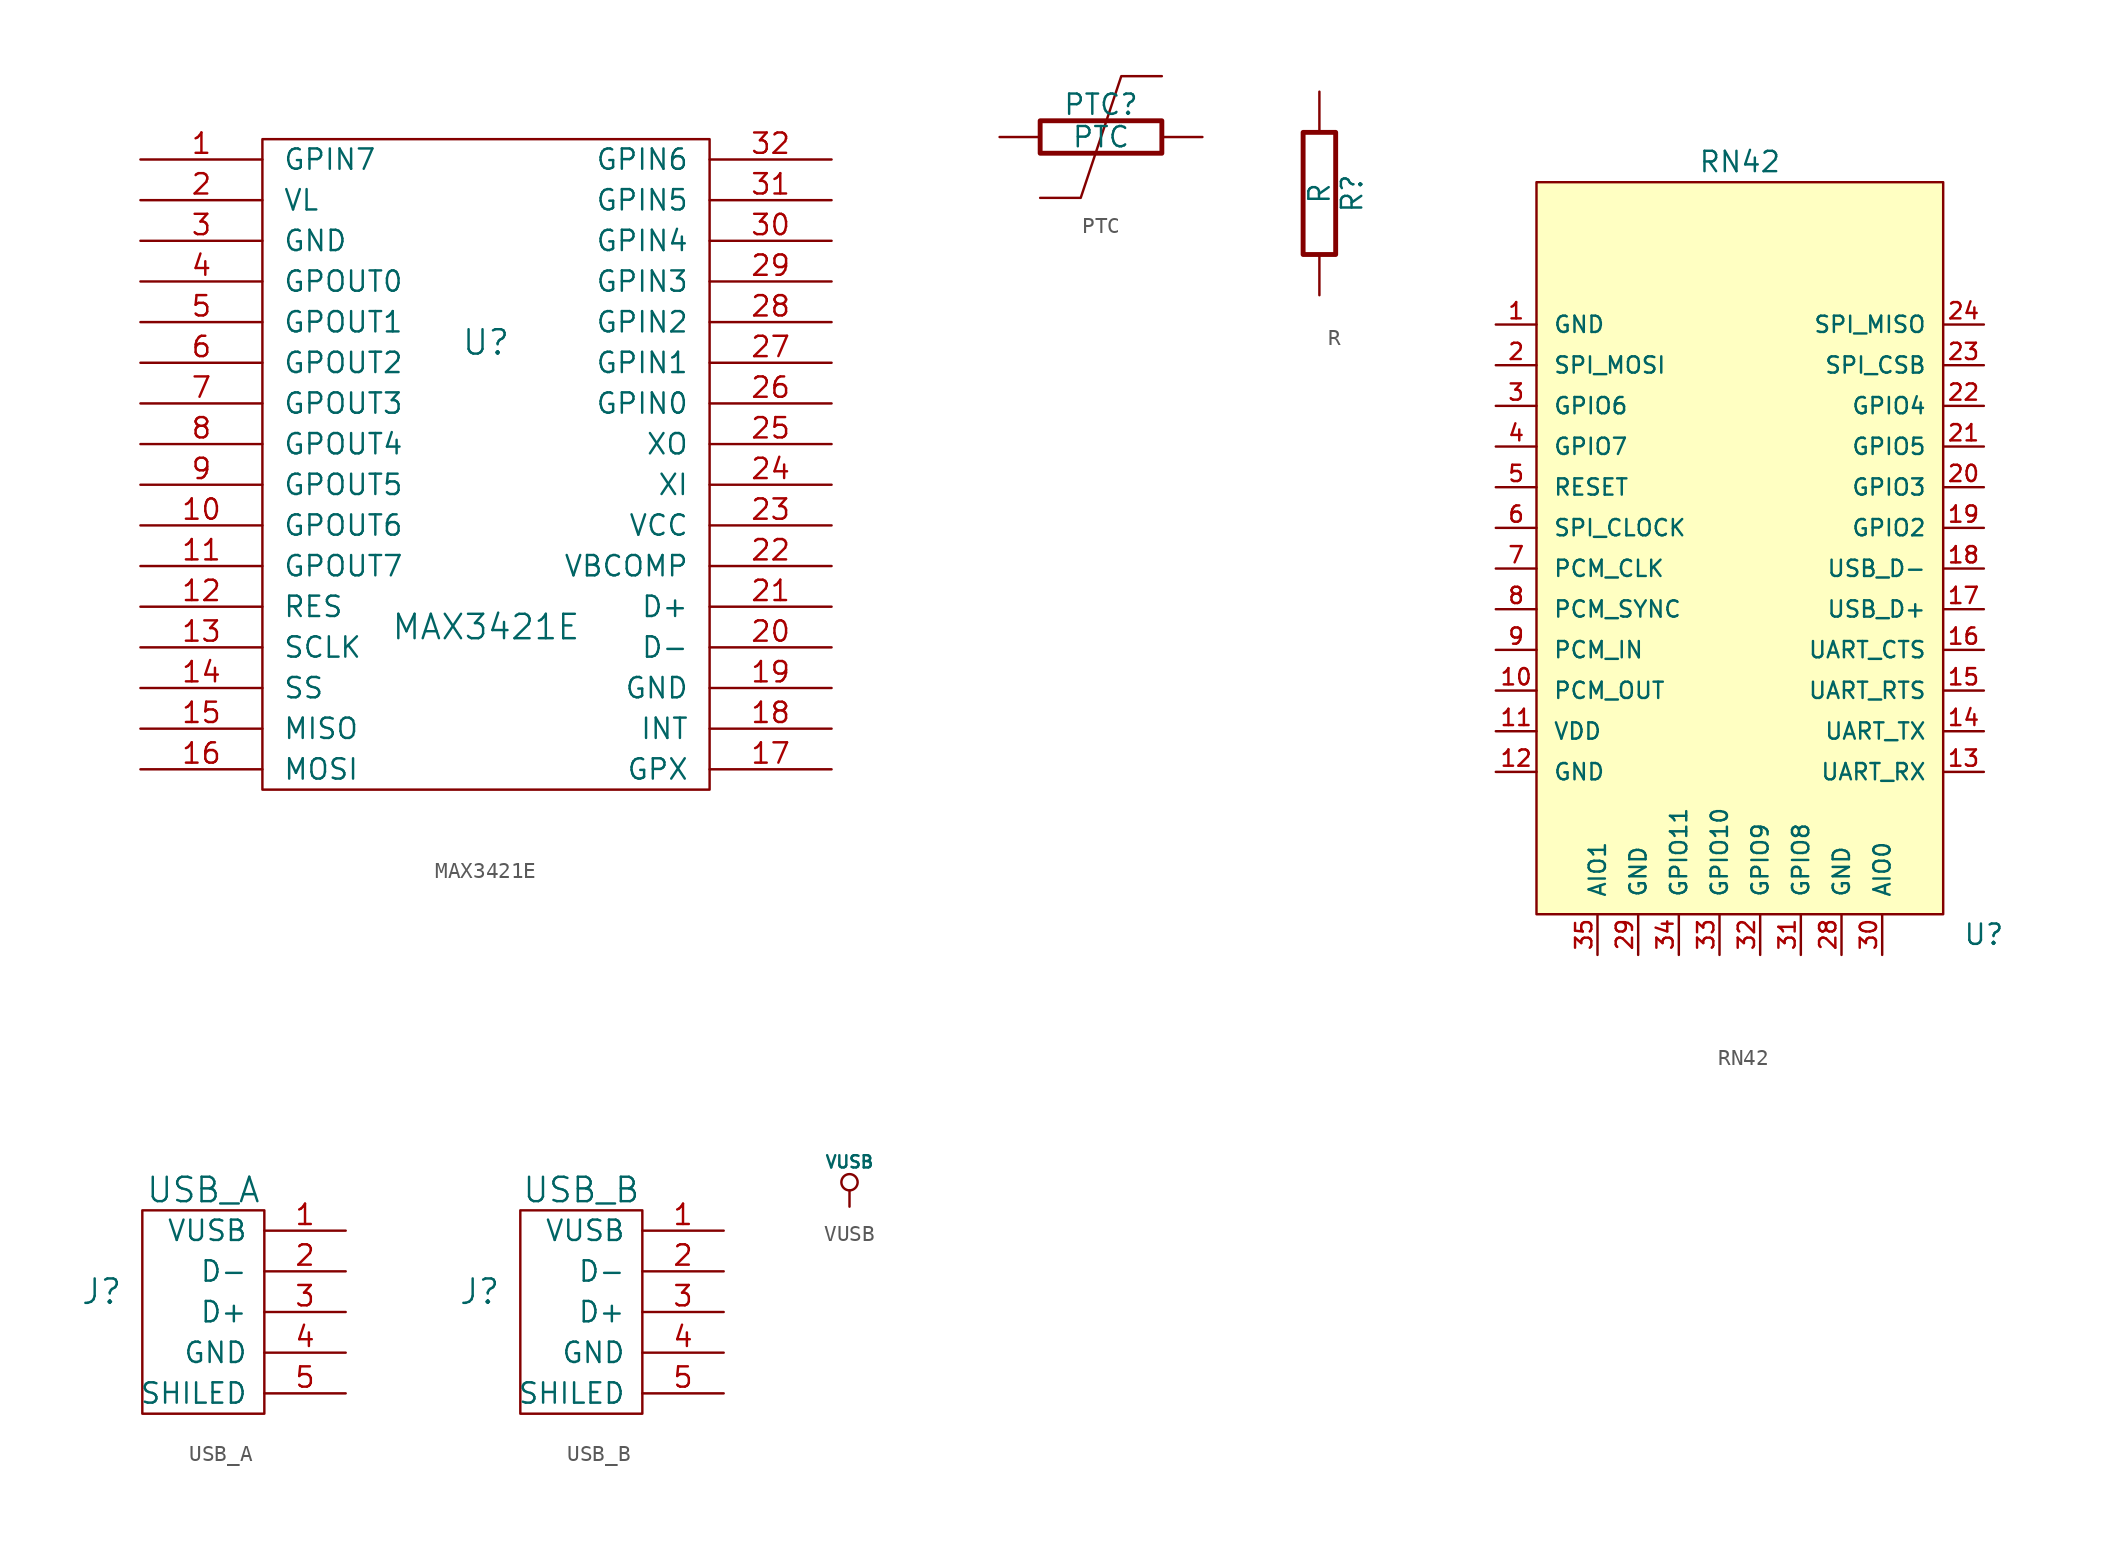
<source format=kicad_sym>
(kicad_symbol_lib
  (version 20220914)
  (generator kicad_symbol_editor)
  (symbol "MAX3421E"
    (pin_names
      (offset 1.27))
    (property "Reference" "U"
      (at 0 7.62 0)
      (effects (font (size 1.524 1.524))))
    (property "Value" "MAX3421E"
      (at 0 -10.16 0)
      (effects (font (size 1.524 1.524))))
    (property "Footprint" ""
      (at 0 -10.16 0)
      (effects (font (size 1.524 1.524))))
    (property "Datasheet" ""
      (at 0 -10.16 0)
      (effects (font (size 1.524 1.524))))
    (symbol "MAX3421E_0_1"
      (rectangle (start -13.97 20.32) (end 13.97 -20.32) (stroke (width 0) (type solid)) (fill (type none))))
    (symbol "MAX3421E_1_1"
      (pin bidirectional line (at -21.59 19.05 0) (length 7.62) (name "GPIN7" (effects (font (size 1.27 1.27)))) (number "1" (effects (font (size 1.27 1.27)))))
      (pin output line (at -21.59 -3.81 0) (length 7.62) (name "GPOUT6" (effects (font (size 1.27 1.27)))) (number "10" (effects (font (size 1.27 1.27)))))
      (pin output line (at -21.59 -6.35 0) (length 7.62) (name "GPOUT7" (effects (font (size 1.27 1.27)))) (number "11" (effects (font (size 1.27 1.27)))))
      (pin input line (at -21.59 -8.89 0) (length 7.62) (name "RES" (effects (font (size 1.27 1.27)))) (number "12" (effects (font (size 1.27 1.27)))))
      (pin input line (at -21.59 -11.43 0) (length 7.62) (name "SCLK" (effects (font (size 1.27 1.27)))) (number "13" (effects (font (size 1.27 1.27)))))
      (pin input line (at -21.59 -13.97 0) (length 7.62) (name "SS" (effects (font (size 1.27 1.27)))) (number "14" (effects (font (size 1.27 1.27)))))
      (pin output line (at -21.59 -16.51 0) (length 7.62) (name "MISO" (effects (font (size 1.27 1.27)))) (number "15" (effects (font (size 1.27 1.27)))))
      (pin input line (at -21.59 -19.05 0) (length 7.62) (name "MOSI" (effects (font (size 1.27 1.27)))) (number "16" (effects (font (size 1.27 1.27)))))
      (pin output line (at 21.59 -19.05 180) (length 7.62) (name "GPX" (effects (font (size 1.27 1.27)))) (number "17" (effects (font (size 1.27 1.27)))))
      (pin output line (at 21.59 -16.51 180) (length 7.62) (name "INT" (effects (font (size 1.27 1.27)))) (number "18" (effects (font (size 1.27 1.27)))))
      (pin input line (at 21.59 -13.97 180) (length 7.62) (name "GND" (effects (font (size 1.27 1.27)))) (number "19" (effects (font (size 1.27 1.27)))))
      (pin power_in line (at -21.59 16.51 0) (length 7.62) (name "VL" (effects (font (size 1.27 1.27)))) (number "2" (effects (font (size 1.27 1.27)))))
      (pin bidirectional line (at 21.59 -11.43 180) (length 7.62) (name "D-" (effects (font (size 1.27 1.27)))) (number "20" (effects (font (size 1.27 1.27)))))
      (pin bidirectional line (at 21.59 -8.89 180) (length 7.62) (name "D+" (effects (font (size 1.27 1.27)))) (number "21" (effects (font (size 1.27 1.27)))))
      (pin input line (at 21.59 -6.35 180) (length 7.62) (name "VBCOMP" (effects (font (size 1.27 1.27)))) (number "22" (effects (font (size 1.27 1.27)))))
      (pin input line (at 21.59 -3.81 180) (length 7.62) (name "VCC" (effects (font (size 1.27 1.27)))) (number "23" (effects (font (size 1.27 1.27)))))
      (pin input line (at 21.59 -1.27 180) (length 7.62) (name "XI" (effects (font (size 1.27 1.27)))) (number "24" (effects (font (size 1.27 1.27)))))
      (pin output line (at 21.59 1.27 180) (length 7.62) (name "XO" (effects (font (size 1.27 1.27)))) (number "25" (effects (font (size 1.27 1.27)))))
      (pin input line (at 21.59 3.81 180) (length 7.62) (name "GPIN0" (effects (font (size 1.27 1.27)))) (number "26" (effects (font (size 1.27 1.27)))))
      (pin input line (at 21.59 6.35 180) (length 7.62) (name "GPIN1" (effects (font (size 1.27 1.27)))) (number "27" (effects (font (size 1.27 1.27)))))
      (pin input line (at 21.59 8.89 180) (length 7.62) (name "GPIN2" (effects (font (size 1.27 1.27)))) (number "28" (effects (font (size 1.27 1.27)))))
      (pin input line (at 21.59 11.43 180) (length 7.62) (name "GPIN3" (effects (font (size 1.27 1.27)))) (number "29" (effects (font (size 1.27 1.27)))))
      (pin power_in line (at -21.59 13.97 0) (length 7.62) (name "GND" (effects (font (size 1.27 1.27)))) (number "3" (effects (font (size 1.27 1.27)))))
      (pin input line (at 21.59 13.97 180) (length 7.62) (name "GPIN4" (effects (font (size 1.27 1.27)))) (number "30" (effects (font (size 1.27 1.27)))))
      (pin input line (at 21.59 16.51 180) (length 7.62) (name "GPIN5" (effects (font (size 1.27 1.27)))) (number "31" (effects (font (size 1.27 1.27)))))
      (pin input line (at 21.59 19.05 180) (length 7.62) (name "GPIN6" (effects (font (size 1.27 1.27)))) (number "32" (effects (font (size 1.27 1.27)))))
      (pin output line (at -21.59 11.43 0) (length 7.62) (name "GPOUT0" (effects (font (size 1.27 1.27)))) (number "4" (effects (font (size 1.27 1.27)))))
      (pin output line (at -21.59 8.89 0) (length 7.62) (name "GPOUT1" (effects (font (size 1.27 1.27)))) (number "5" (effects (font (size 1.27 1.27)))))
      (pin output line (at -21.59 6.35 0) (length 7.62) (name "GPOUT2" (effects (font (size 1.27 1.27)))) (number "6" (effects (font (size 1.27 1.27)))))
      (pin output line (at -21.59 3.81 0) (length 7.62) (name "GPOUT3" (effects (font (size 1.27 1.27)))) (number "7" (effects (font (size 1.27 1.27)))))
      (pin output line (at -21.59 1.27 0) (length 7.62) (name "GPOUT4" (effects (font (size 1.27 1.27)))) (number "8" (effects (font (size 1.27 1.27)))))
      (pin output line (at -21.59 -1.27 0) (length 7.62) (name "GPOUT5" (effects (font (size 1.27 1.27)))) (number "9" (effects (font (size 1.27 1.27)))))))
  (symbol "PTC"
    (pin_numbers hide)
    (pin_names
      (offset 0))
    (property "Reference" "PTC"
      (at 0 2.032 0)
      (effects (font (size 1.27 1.27))))
    (property "Value" "PTC"
      (at 0 0 0)
      (effects (font (size 1.27 1.27))))
    (property "Footprint" ""
      (at 0 0 90)
      (effects (font (size 1.524 1.524))))
    (property "Datasheet" ""
      (at 0 0 90)
      (effects (font (size 1.524 1.524))))
    (symbol "PTC_0_1"
      (rectangle (start -3.81 -1.016) (end 3.81 1.016) (stroke (width 0.305) (type solid)) (fill (type none)))
      (polyline (pts (xy 3.81 3.81) (xy 1.27 3.81) (xy -1.27 -3.81) (xy -3.81 -3.81)) (stroke (width 0) (type solid)) (fill (type none))))
    (symbol "PTC_1_1"
      (pin passive line (at -6.35 0 0) (length 2.54) (name "~" (effects (font (size 1.524 1.524)))) (number "1" (effects (font (size 1.524 1.524)))))
      (pin passive line (at 6.35 0 180) (length 2.54) (name "~" (effects (font (size 1.524 1.524)))) (number "2" (effects (font (size 1.524 1.524)))))))
  (symbol "R"
    (pin_numbers hide)
    (pin_names
      (offset 0))
    (property "Reference" "R"
      (at 2.032 0 90)
      (effects (font (size 1.27 1.27))))
    (property "Value" "R"
      (at 0 0 90)
      (effects (font (size 1.27 1.27))))
    (property "Footprint" ""
      (at 0 0 0)
      (effects (font (size 1.524 1.524))))
    (property "Datasheet" ""
      (at 0 0 0)
      (effects (font (size 1.524 1.524))))
    (symbol "R_0_1"
      (rectangle (start -1.016 3.81) (end 1.016 -3.81) (stroke (width 0.305) (type solid)) (fill (type none))))
    (symbol "R_1_1"
      (pin passive line (at 0 6.35 270) (length 2.54) (name "~" (effects (font (size 1.524 1.524)))) (number "1" (effects (font (size 1.524 1.524)))))
      (pin passive line (at 0 -6.35 90) (length 2.54) (name "~" (effects (font (size 1.524 1.524)))) (number "2" (effects (font (size 1.524 1.524)))))))
  (symbol "RN42"
    (pin_names
      (offset 1.016))
    (property "Reference" "U"
      (at 15.24 -24.13 0)
      (effects (font (size 1.27 1.27))))
    (property "Value" "RN42"
      (at 0 24.13 0)
      (effects (font (size 1.27 1.27))))
    (property "Footprint" ""
      (at 0 0 0)
      (effects (font (size 1.524 1.524))))
    (property "Datasheet" ""
      (at 0 0 0)
      (effects (font (size 1.524 1.524))))
    (symbol "RN42_0_1"
      (rectangle (start -12.7 -22.86) (end 12.7 22.86) (stroke (width 0) (type solid)) (fill (type background))))
    (symbol "RN42_1_1"
      (pin input line (at -15.24 13.97 0) (length 2.54) (name "GND" (effects (font (size 1.016 1.016)))) (number "1" (effects (font (size 1.016 1.016)))))
      (pin passive line (at -15.24 -8.89 0) (length 2.54) (name "PCM_OUT" (effects (font (size 1.016 1.016)))) (number "10" (effects (font (size 1.016 1.016)))))
      (pin passive line (at -15.24 -11.43 0) (length 2.54) (name "VDD" (effects (font (size 1.016 1.016)))) (number "11" (effects (font (size 1.016 1.016)))))
      (pin passive line (at -15.24 -13.97 0) (length 2.54) (name "GND" (effects (font (size 1.016 1.016)))) (number "12" (effects (font (size 1.016 1.016)))))
      (pin passive line (at 15.24 -13.97 180) (length 2.54) (name "UART_RX" (effects (font (size 1.016 1.016)))) (number "13" (effects (font (size 1.016 1.016)))))
      (pin passive line (at 15.24 -11.43 180) (length 2.54) (name "UART_TX" (effects (font (size 1.016 1.016)))) (number "14" (effects (font (size 1.016 1.016)))))
      (pin passive line (at 15.24 -8.89 180) (length 2.54) (name "UART_RTS" (effects (font (size 1.016 1.016)))) (number "15" (effects (font (size 1.016 1.016)))))
      (pin passive line (at 15.24 -6.35 180) (length 2.54) (name "UART_CTS" (effects (font (size 1.016 1.016)))) (number "16" (effects (font (size 1.016 1.016)))))
      (pin input line (at 15.24 -3.81 180) (length 2.54) (name "USB_D+" (effects (font (size 1.016 1.016)))) (number "17" (effects (font (size 1.016 1.016)))))
      (pin input line (at 15.24 -1.27 180) (length 2.54) (name "USB_D-" (effects (font (size 1.016 1.016)))) (number "18" (effects (font (size 1.016 1.016)))))
      (pin output line (at 15.24 1.27 180) (length 2.54) (name "GPIO2" (effects (font (size 1.016 1.016)))) (number "19" (effects (font (size 1.016 1.016)))))
      (pin passive line (at -15.24 11.43 0) (length 2.54) (name "SPI_MOSI" (effects (font (size 1.016 1.016)))) (number "2" (effects (font (size 1.016 1.016)))))
      (pin input line (at 15.24 3.81 180) (length 2.54) (name "GPIO3" (effects (font (size 1.016 1.016)))) (number "20" (effects (font (size 1.016 1.016)))))
      (pin input line (at 15.24 6.35 180) (length 2.54) (name "GPIO5" (effects (font (size 1.016 1.016)))) (number "21" (effects (font (size 1.016 1.016)))))
      (pin input line (at 15.24 8.89 180) (length 2.54) (name "GPIO4" (effects (font (size 1.016 1.016)))) (number "22" (effects (font (size 1.016 1.016)))))
      (pin input line (at 15.24 11.43 180) (length 2.54) (name "SPI_CSB" (effects (font (size 1.016 1.016)))) (number "23" (effects (font (size 1.016 1.016)))))
      (pin input line (at 15.24 13.97 180) (length 2.54) (name "SPI_MISO" (effects (font (size 1.016 1.016)))) (number "24" (effects (font (size 1.016 1.016)))))
      (pin input line (at 6.35 -25.4 90) (length 2.54) (name "GND" (effects (font (size 1.016 1.016)))) (number "28" (effects (font (size 1.016 1.016)))))
      (pin input line (at -6.35 -25.4 90) (length 2.54) (name "GND" (effects (font (size 1.016 1.016)))) (number "29" (effects (font (size 1.016 1.016)))))
      (pin output line (at -15.24 8.89 0) (length 2.54) (name "GPIO6" (effects (font (size 1.016 1.016)))) (number "3" (effects (font (size 1.016 1.016)))))
      (pin input line (at 8.89 -25.4 90) (length 2.54) (name "AIO0" (effects (font (size 1.016 1.016)))) (number "30" (effects (font (size 1.016 1.016)))))
      (pin input line (at 3.81 -25.4 90) (length 2.54) (name "GPIO8" (effects (font (size 1.016 1.016)))) (number "31" (effects (font (size 1.016 1.016)))))
      (pin input line (at 1.27 -25.4 90) (length 2.54) (name "GPIO9" (effects (font (size 1.016 1.016)))) (number "32" (effects (font (size 1.016 1.016)))))
      (pin input line (at -1.27 -25.4 90) (length 2.54) (name "GPIO10" (effects (font (size 1.016 1.016)))) (number "33" (effects (font (size 1.016 1.016)))))
      (pin input line (at -3.81 -25.4 90) (length 2.54) (name "GPIO11" (effects (font (size 1.016 1.016)))) (number "34" (effects (font (size 1.016 1.016)))))
      (pin input line (at -8.89 -25.4 90) (length 2.54) (name "AIO1" (effects (font (size 1.016 1.016)))) (number "35" (effects (font (size 1.016 1.016)))))
      (pin power_in line (at -15.24 6.35 0) (length 2.54) (name "GPIO7" (effects (font (size 1.016 1.016)))) (number "4" (effects (font (size 1.016 1.016)))))
      (pin output line (at -15.24 3.81 0) (length 2.54) (name "RESET" (effects (font (size 1.016 1.016)))) (number "5" (effects (font (size 1.016 1.016)))))
      (pin input line (at -15.24 1.27 0) (length 2.54) (name "SPI_CLOCK" (effects (font (size 1.016 1.016)))) (number "6" (effects (font (size 1.016 1.016)))))
      (pin passive line (at -15.24 -1.27 0) (length 2.54) (name "PCM_CLK" (effects (font (size 1.016 1.016)))) (number "7" (effects (font (size 1.016 1.016)))))
      (pin passive line (at -15.24 -3.81 0) (length 2.54) (name "PCM_SYNC" (effects (font (size 1.016 1.016)))) (number "8" (effects (font (size 1.016 1.016)))))
      (pin passive line (at -15.24 -6.35 0) (length 2.54) (name "PCM_IN" (effects (font (size 1.016 1.016)))) (number "9" (effects (font (size 1.016 1.016)))))))
  (symbol "USB_A"
    (pin_names
      (offset 1.016))
    (property "Reference" "J"
      (at -10.16 0 0)
      (effects (font (size 1.524 1.524))))
    (property "Value" "USB_A"
      (at -3.81 6.35 0)
      (effects (font (size 1.524 1.524))))
    (property "Footprint" ""
      (at 0 0 0)
      (effects (font (size 1.524 1.524))))
    (property "Datasheet" ""
      (at 0 0 0)
      (effects (font (size 1.524 1.524))))
    (symbol "USB_A_0_1"
      (rectangle (start -7.62 5.08) (end 0 -7.62) (stroke (width 0) (type solid)) (fill (type none))))
    (symbol "USB_A_1_1"
      (pin power_in line (at 5.08 3.81 180) (length 5.08) (name "VUSB" (effects (font (size 1.27 1.27)))) (number "1" (effects (font (size 1.27 1.27)))))
      (pin bidirectional line (at 5.08 1.27 180) (length 5.08) (name "D-" (effects (font (size 1.27 1.27)))) (number "2" (effects (font (size 1.27 1.27)))))
      (pin bidirectional line (at 5.08 -1.27 180) (length 5.08) (name "D+" (effects (font (size 1.27 1.27)))) (number "3" (effects (font (size 1.27 1.27)))))
      (pin power_in line (at 5.08 -3.81 180) (length 5.08) (name "GND" (effects (font (size 1.27 1.27)))) (number "4" (effects (font (size 1.27 1.27)))))
      (pin passive line (at 5.08 -6.35 180) (length 5.08) (name "SHILED" (effects (font (size 1.27 1.27)))) (number "5" (effects (font (size 1.27 1.27)))))))
  (symbol "USB_B"
    (pin_names
      (offset 1.016))
    (property "Reference" "J"
      (at -10.16 0 0)
      (effects (font (size 1.524 1.524))))
    (property "Value" "USB_B"
      (at -3.81 6.35 0)
      (effects (font (size 1.524 1.524))))
    (property "Footprint" ""
      (at 0 0 0)
      (effects (font (size 1.524 1.524))))
    (property "Datasheet" ""
      (at 0 0 0)
      (effects (font (size 1.524 1.524))))
    (symbol "USB_B_0_1"
      (rectangle (start -7.62 5.08) (end 0 -7.62) (stroke (width 0) (type solid)) (fill (type none))))
    (symbol "USB_B_1_1"
      (pin power_out line (at 5.08 3.81 180) (length 5.08) (name "VUSB" (effects (font (size 1.27 1.27)))) (number "1" (effects (font (size 1.27 1.27)))))
      (pin bidirectional line (at 5.08 1.27 180) (length 5.08) (name "D-" (effects (font (size 1.27 1.27)))) (number "2" (effects (font (size 1.27 1.27)))))
      (pin bidirectional line (at 5.08 -1.27 180) (length 5.08) (name "D+" (effects (font (size 1.27 1.27)))) (number "3" (effects (font (size 1.27 1.27)))))
      (pin power_out line (at 5.08 -3.81 180) (length 5.08) (name "GND" (effects (font (size 1.27 1.27)))) (number "4" (effects (font (size 1.27 1.27)))))
      (pin passive line (at 5.08 -6.35 180) (length 5.08) (name "SHILED" (effects (font (size 1.27 1.27)))) (number "5" (effects (font (size 1.27 1.27)))))))
  (symbol "VUSB"
    (power)
    (pin_names
      (offset 0))
    (property "Reference" "#PWR"
      (at 0 -0.762 0)
      (effects (font (size 0.508 0.508)) hide))
    (property "Value" "VUSB"
      (at 0 2.794 0)
      (effects (font (size 0.762 0.762))))
    (property "Footprint" ""
      (at 0 0 0)
      (effects (font (size 1.524 1.524))))
    (property "Datasheet" ""
      (at 0 0 0)
      (effects (font (size 1.524 1.524))))
    (symbol "VUSB_0_0"
      (pin power_in line (at 0 0 90) (length 0) hide (name "VUSB" (effects (font (size 0.508 0.508)))) (number "1" (effects (font (size 0.254 0.254))))))
    (symbol "VUSB_0_1"
      (polyline (pts (xy 0 0) (xy 0 1.016) (xy 0 1.016)) (stroke (width 0) (type solid)) (fill (type none)))
      (circle (center 0 1.524) (radius 0.508) (stroke (width 0) (type solid)) (fill (type none))))))
</source>
